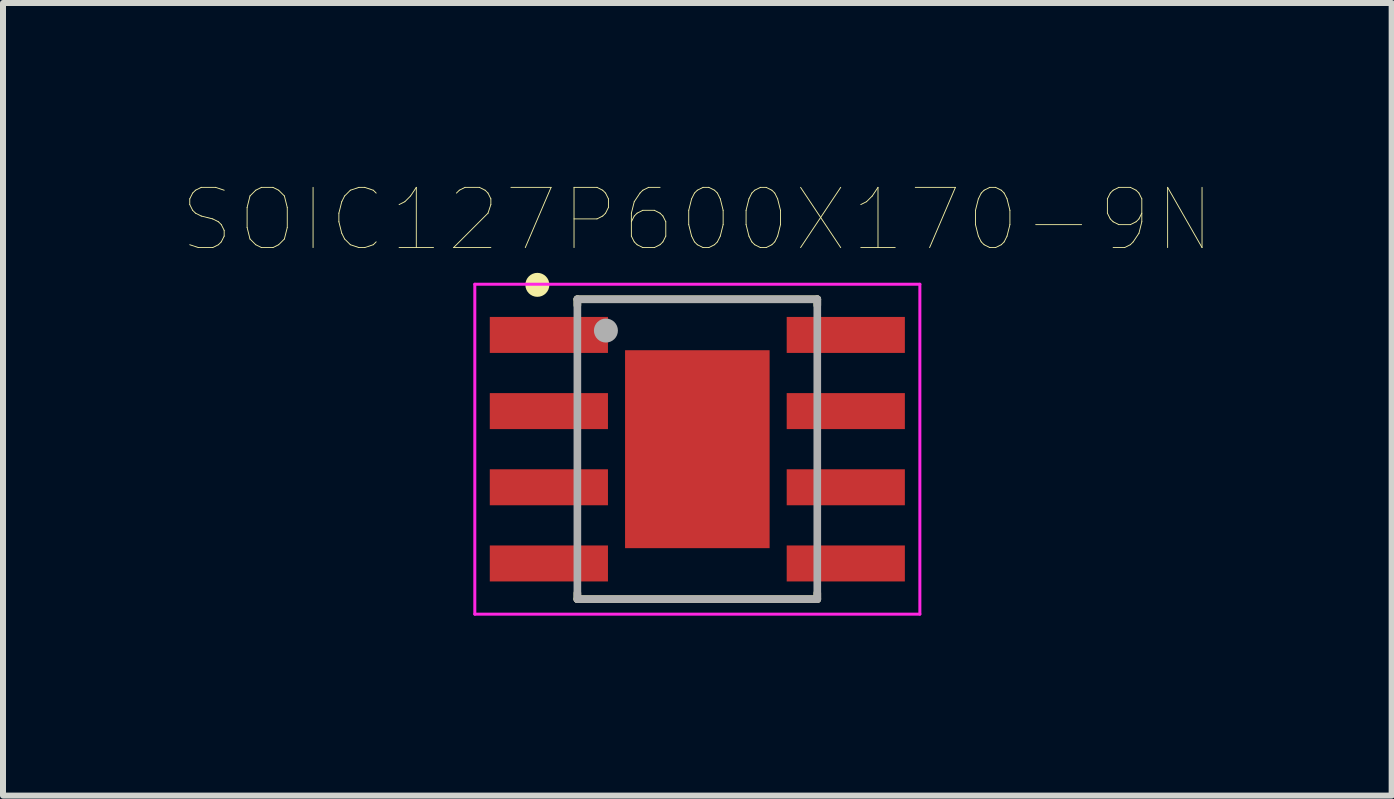
<source format=kicad_pcb>
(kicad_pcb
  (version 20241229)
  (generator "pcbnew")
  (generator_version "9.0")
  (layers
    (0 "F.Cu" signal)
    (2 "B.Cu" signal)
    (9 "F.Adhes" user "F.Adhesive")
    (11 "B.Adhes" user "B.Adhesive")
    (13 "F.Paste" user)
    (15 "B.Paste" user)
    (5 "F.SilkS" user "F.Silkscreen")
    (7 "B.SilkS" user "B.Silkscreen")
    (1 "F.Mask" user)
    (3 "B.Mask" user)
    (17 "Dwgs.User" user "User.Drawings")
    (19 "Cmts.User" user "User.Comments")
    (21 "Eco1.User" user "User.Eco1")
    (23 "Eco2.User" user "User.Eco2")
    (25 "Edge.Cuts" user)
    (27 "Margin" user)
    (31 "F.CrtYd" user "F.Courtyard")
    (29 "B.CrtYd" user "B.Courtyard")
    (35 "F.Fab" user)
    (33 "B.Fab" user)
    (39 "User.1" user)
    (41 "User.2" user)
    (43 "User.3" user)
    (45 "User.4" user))
  (footprint "SOIC127P600X170-9N"
    (layer "F.Cu")
    (at 8.576 4.439)
    (property "Reference" "SOIC127P600X170-9N" (at 0.00002 -3.825 0) (layer "F.SilkS") (effects (font (size 1.004 1.004) (thickness 0.015))))
    (attr through_hole)
    (fp_line (start -2 -2.5) (end -2 -2.4) (stroke (width 0.127) (type solid)) (layer "F.SilkS"))
    (fp_line (start -2 -2.5) (end 2 -2.5) (stroke (width 0.127) (type solid)) (layer "F.SilkS"))
    (fp_line (start -2 2.4) (end -2 2.5) (stroke (width 0.127) (type solid)) (layer "F.SilkS"))
    (fp_line (start -2 2.5) (end 2 2.5) (stroke (width 0.127) (type solid)) (layer "F.SilkS"))
    (fp_line (start 2 -2.5) (end 2 -2.4) (stroke (width 0.127) (type solid)) (layer "F.SilkS"))
    (fp_line (start 2 2.4) (end 2 2.5) (stroke (width 0.127) (type solid)) (layer "F.SilkS"))
    (fp_circle (center -2.667 -2.74) (end -2.567 -2.74) (stroke (width 0.2) (type solid)) (fill no) (layer "F.SilkS"))
    (fp_poly (pts (xy -0.937 0.135) (xy -0.135 0.135) (xy -0.135 1.378) (xy -0.937 1.378)) (stroke (width 0.01) (type solid)) (fill yes) (layer "F.Paste"))
    (fp_poly (pts (xy -0.937 -1.375) (xy -0.135 -1.375) (xy -0.135 -0.135) (xy -0.937 -0.135)) (stroke (width 0.01) (type solid)) (fill yes) (layer "F.Paste"))
    (fp_poly (pts (xy 0.135 0.135) (xy 0.935 0.135) (xy 0.935 1.377) (xy 0.135 1.377)) (stroke (width 0.01) (type solid)) (fill yes) (layer "F.Paste"))
    (fp_poly (pts (xy 0.135 -1.375) (xy 0.935 -1.375) (xy 0.935 -0.135) (xy 0.135 -0.135)) (stroke (width 0.01) (type solid)) (fill yes) (layer "F.Paste"))
    (fp_line (start -3.71 -2.75) (end 3.71 -2.75) (stroke (width 0.05) (type solid)) (layer "F.CrtYd"))
    (fp_line (start -3.71 2.75) (end -3.71 -2.75) (stroke (width 0.05) (type solid)) (layer "F.CrtYd"))
    (fp_line (start 3.71 -2.75) (end 3.71 2.75) (stroke (width 0.05) (type solid)) (layer "F.CrtYd"))
    (fp_line (start 3.71 2.75) (end -3.71 2.75) (stroke (width 0.05) (type solid)) (layer "F.CrtYd"))
    (fp_line (start -2 -2.5) (end 2 -2.5) (stroke (width 0.127) (type solid)) (layer "F.Fab"))
    (fp_line (start -2 2.5) (end -2 -2.5) (stroke (width 0.127) (type solid)) (layer "F.Fab"))
    (fp_line (start 2 -2.5) (end 2 2.5) (stroke (width 0.127) (type solid)) (layer "F.Fab"))
    (fp_line (start 2 2.5) (end -2 2.5) (stroke (width 0.127) (type solid)) (layer "F.Fab"))
    (fp_circle (center -1.524 -1.978) (end -1.424 -1.978) (stroke (width 0.2) (type solid)) (fill no) (layer "F.Fab"))
    (pad "1" smd rect (at -2.475 -1.905) (size 1.97 0.6) (layers "F.Cu" "F.Mask" "F.Paste"))
    (pad "2" smd rect (at -2.475 -0.635) (size 1.97 0.6) (layers "F.Cu" "F.Mask" "F.Paste"))
    (pad "3" smd rect (at -2.475 0.635) (size 1.97 0.6) (layers "F.Cu" "F.Mask" "F.Paste"))
    (pad "4" smd rect (at -2.475 1.905) (size 1.97 0.6) (layers "F.Cu" "F.Mask" "F.Paste"))
    (pad "5" smd rect (at 2.475 1.905) (size 1.97 0.6) (layers "F.Cu" "F.Mask" "F.Paste"))
    (pad "6" smd rect (at 2.475 0.635) (size 1.97 0.6) (layers "F.Cu" "F.Mask" "F.Paste"))
    (pad "7" smd rect (at 2.475 -0.635) (size 1.97 0.6) (layers "F.Cu" "F.Mask" "F.Paste"))
    (pad "8" smd rect (at 2.475 -1.905) (size 1.97 0.6) (layers "F.Cu" "F.Mask" "F.Paste"))
    (pad "9" smd rect (at 0 0) (size 2.41 3.3) (layers "F.Cu" "F.Mask")))
  (gr_rect
    (start -3 -3)
    (end 20.152 10.214)
    (stroke (width 0.1) (type default))
    (fill no)
    (layer "Edge.Cuts")))
</source>
